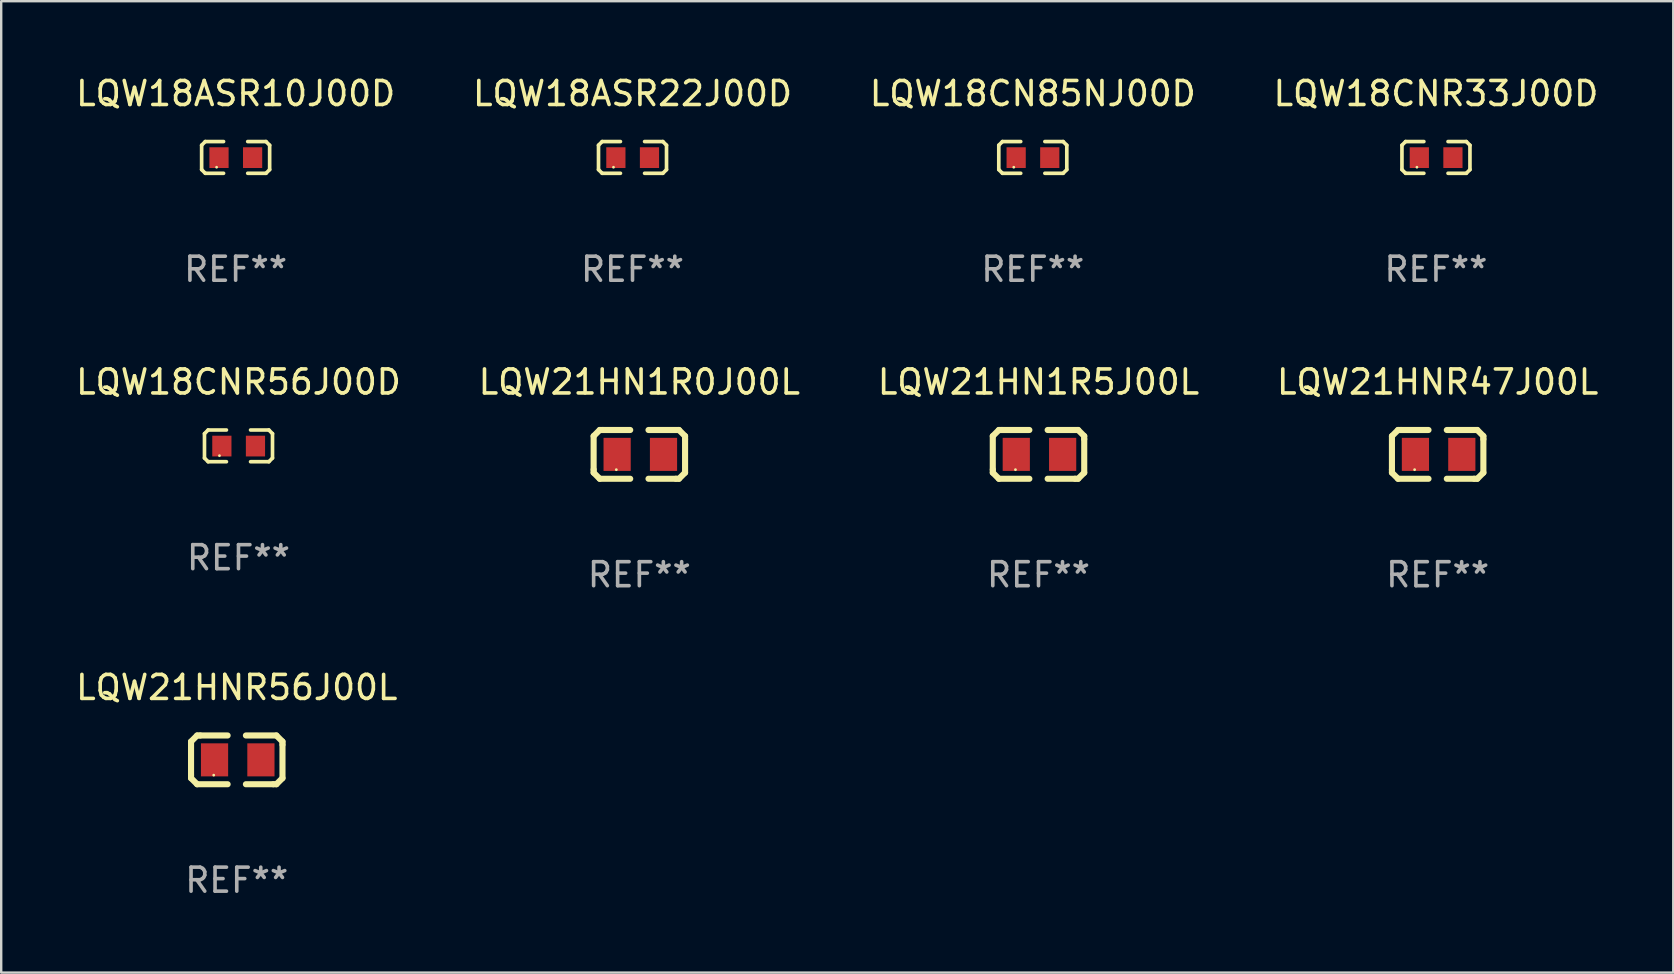
<source format=kicad_pcb>
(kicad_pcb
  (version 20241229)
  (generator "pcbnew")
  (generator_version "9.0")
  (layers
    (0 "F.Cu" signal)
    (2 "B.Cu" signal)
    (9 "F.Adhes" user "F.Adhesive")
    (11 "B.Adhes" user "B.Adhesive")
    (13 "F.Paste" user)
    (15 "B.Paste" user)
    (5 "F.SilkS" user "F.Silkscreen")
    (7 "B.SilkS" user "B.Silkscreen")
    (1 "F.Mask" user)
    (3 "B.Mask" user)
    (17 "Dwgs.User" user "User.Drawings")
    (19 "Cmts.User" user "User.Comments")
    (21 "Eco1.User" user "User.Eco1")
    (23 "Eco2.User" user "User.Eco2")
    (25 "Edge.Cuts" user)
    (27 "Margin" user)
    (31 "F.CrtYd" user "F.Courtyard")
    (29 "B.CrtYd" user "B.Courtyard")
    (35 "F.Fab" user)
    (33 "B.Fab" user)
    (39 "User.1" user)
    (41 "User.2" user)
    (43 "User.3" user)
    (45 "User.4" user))
  (footprint "LQW18CNR56J00D"
    (layer "F.Cu")
    (at 6.887 15.527)
    (property "Reference" "LQW18CNR56J00D" (at 0 -2.661 0) (layer "F.SilkS") (effects (font (size 1 1) (thickness 0.15))))
    (attr through_hole)
    (fp_line (start -1.417 -0.508) (end -1.265 -0.661) (stroke (width 0.152) (type solid)) (layer "F.SilkS"))
    (fp_line (start -1.417 0.508) (end -1.417 -0.508) (stroke (width 0.152) (type solid)) (layer "F.SilkS"))
    (fp_line (start -1.265 -0.661) (end -0.503 -0.661) (stroke (width 0.152) (type solid)) (layer "F.SilkS"))
    (fp_line (start -1.265 0.661) (end -1.417 0.508) (stroke (width 0.152) (type solid)) (layer "F.SilkS"))
    (fp_line (start -1.265 0.661) (end -0.503 0.661) (stroke (width 0.152) (type solid)) (layer "F.SilkS"))
    (fp_line (start 1.265 -0.661) (end 0.503 -0.661) (stroke (width 0.152) (type solid)) (layer "F.SilkS"))
    (fp_line (start 1.265 -0.661) (end 1.417 -0.508) (stroke (width 0.152) (type solid)) (layer "F.SilkS"))
    (fp_line (start 1.265 0.661) (end 0.503 0.661) (stroke (width 0.152) (type solid)) (layer "F.SilkS"))
    (fp_line (start 1.417 -0.508) (end 1.417 0.508) (stroke (width 0.152) (type solid)) (layer "F.SilkS"))
    (fp_line (start 1.417 0.508) (end 1.265 0.661) (stroke (width 0.152) (type solid)) (layer "F.SilkS"))
    (fp_circle (center -0.793 0.409) (end -0.763 0.409) (stroke (width 0.06) (type solid)) (fill no) (layer "F.SilkS"))
    (fp_text user "REF**" (at 0 4.661 0) (layer "F.Fab") (effects (font (size 1 1) (thickness 0.15))))
    (pad "1" smd rect (at -0.693 0.009 180) (size 0.8 0.864) (layers "F.Cu" "F.Mask" "F.Paste"))
    (pad "2" smd rect (at 0.707 0.009 180) (size 0.8 0.864) (layers "F.Cu" "F.Mask" "F.Paste")))
  (footprint "LQW18ASR22J00D"
    (layer "F.Cu")
    (at 23.304 3.509)
    (property "Reference" "LQW18ASR22J00D" (at 0 -2.661 0) (layer "F.SilkS") (effects (font (size 1 1) (thickness 0.15))))
    (attr through_hole)
    (fp_line (start -1.417 -0.508) (end -1.265 -0.661) (stroke (width 0.152) (type solid)) (layer "F.SilkS"))
    (fp_line (start -1.417 0.508) (end -1.417 -0.508) (stroke (width 0.152) (type solid)) (layer "F.SilkS"))
    (fp_line (start -1.265 -0.661) (end -0.503 -0.661) (stroke (width 0.152) (type solid)) (layer "F.SilkS"))
    (fp_line (start -1.265 0.661) (end -1.417 0.508) (stroke (width 0.152) (type solid)) (layer "F.SilkS"))
    (fp_line (start -1.265 0.661) (end -0.503 0.661) (stroke (width 0.152) (type solid)) (layer "F.SilkS"))
    (fp_line (start 1.265 -0.661) (end 0.503 -0.661) (stroke (width 0.152) (type solid)) (layer "F.SilkS"))
    (fp_line (start 1.265 -0.661) (end 1.417 -0.508) (stroke (width 0.152) (type solid)) (layer "F.SilkS"))
    (fp_line (start 1.265 0.661) (end 0.503 0.661) (stroke (width 0.152) (type solid)) (layer "F.SilkS"))
    (fp_line (start 1.417 -0.508) (end 1.417 0.508) (stroke (width 0.152) (type solid)) (layer "F.SilkS"))
    (fp_line (start 1.417 0.508) (end 1.265 0.661) (stroke (width 0.152) (type solid)) (layer "F.SilkS"))
    (fp_circle (center -0.793 0.409) (end -0.763 0.409) (stroke (width 0.06) (type solid)) (fill no) (layer "F.SilkS"))
    (fp_text user "REF**" (at 0 4.661 0) (layer "F.Fab") (effects (font (size 1 1) (thickness 0.15))))
    (pad "1" smd rect (at -0.693 0.009 180) (size 0.8 0.864) (layers "F.Cu" "F.Mask" "F.Paste"))
    (pad "2" smd rect (at 0.707 0.009 180) (size 0.8 0.864) (layers "F.Cu" "F.Mask" "F.Paste")))
  (footprint "LQW21HNR47J00L"
    (layer "F.Cu")
    (at 56.851 15.882)
    (property "Reference" "LQW21HNR47J00L" (at 0 -3.016 0) (layer "F.SilkS") (effects (font (size 1 1) (thickness 0.15))))
    (attr through_hole)
    (fp_line (start -1.905 -0.762) (end -1.905 0.635) (stroke (width 0.254) (type solid)) (layer "F.SilkS"))
    (fp_line (start -1.905 0.635) (end -1.905 0.762) (stroke (width 0.254) (type solid)) (layer "F.SilkS"))
    (fp_line (start -1.905 0.762) (end -1.651 1.016) (stroke (width 0.254) (type solid)) (layer "F.SilkS"))
    (fp_line (start -1.651 -1.016) (end -1.905 -0.762) (stroke (width 0.254) (type solid)) (layer "F.SilkS"))
    (fp_line (start -1.651 1.016) (end -0.381 1.016) (stroke (width 0.254) (type solid)) (layer "F.SilkS"))
    (fp_line (start -1.524 -1.016) (end -1.651 -1.016) (stroke (width 0.254) (type solid)) (layer "F.SilkS"))
    (fp_line (start -0.381 -1.016) (end -1.524 -1.016) (stroke (width 0.254) (type solid)) (layer "F.SilkS"))
    (fp_line (start 0.381 1.016) (end 1.524 1.016) (stroke (width 0.254) (type solid)) (layer "F.SilkS"))
    (fp_line (start 1.524 1.016) (end 1.651 1.016) (stroke (width 0.254) (type solid)) (layer "F.SilkS"))
    (fp_line (start 1.651 -1.016) (end 0.381 -1.016) (stroke (width 0.254) (type solid)) (layer "F.SilkS"))
    (fp_line (start 1.651 1.016) (end 1.905 0.762) (stroke (width 0.254) (type solid)) (layer "F.SilkS"))
    (fp_line (start 1.905 -0.762) (end 1.651 -1.016) (stroke (width 0.254) (type solid)) (layer "F.SilkS"))
    (fp_line (start 1.905 -0.635) (end 1.905 -0.762) (stroke (width 0.254) (type solid)) (layer "F.SilkS"))
    (fp_line (start 1.905 0.762) (end 1.905 -0.635) (stroke (width 0.254) (type solid)) (layer "F.SilkS"))
    (fp_circle (center -0.96 0.637) (end -0.93 0.637) (stroke (width 0.06) (type solid)) (fill no) (layer "F.SilkS"))
    (fp_text user "REF**" (at 0 5.016 0) (layer "F.Fab") (effects (font (size 1 1) (thickness 0.15))))
    (pad "1" smd rect (at -0.926 -0.000051) (size 1.133 1.377) (layers "F.Cu" "F.Mask" "F.Paste"))
    (pad "2" smd rect (at 1.006 -0.000051) (size 1.133 1.377) (layers "F.Cu" "F.Mask" "F.Paste")))
  (footprint "LQW18CNR33J00D"
    (layer "F.Cu")
    (at 56.78 3.509)
    (property "Reference" "LQW18CNR33J00D" (at 0 -2.661 0) (layer "F.SilkS") (effects (font (size 1 1) (thickness 0.15))))
    (attr through_hole)
    (fp_line (start -1.417 -0.508) (end -1.265 -0.661) (stroke (width 0.152) (type solid)) (layer "F.SilkS"))
    (fp_line (start -1.417 0.508) (end -1.417 -0.508) (stroke (width 0.152) (type solid)) (layer "F.SilkS"))
    (fp_line (start -1.265 -0.661) (end -0.503 -0.661) (stroke (width 0.152) (type solid)) (layer "F.SilkS"))
    (fp_line (start -1.265 0.661) (end -1.417 0.508) (stroke (width 0.152) (type solid)) (layer "F.SilkS"))
    (fp_line (start -1.265 0.661) (end -0.503 0.661) (stroke (width 0.152) (type solid)) (layer "F.SilkS"))
    (fp_line (start 1.265 -0.661) (end 0.503 -0.661) (stroke (width 0.152) (type solid)) (layer "F.SilkS"))
    (fp_line (start 1.265 -0.661) (end 1.417 -0.508) (stroke (width 0.152) (type solid)) (layer "F.SilkS"))
    (fp_line (start 1.265 0.661) (end 0.503 0.661) (stroke (width 0.152) (type solid)) (layer "F.SilkS"))
    (fp_line (start 1.417 -0.508) (end 1.417 0.508) (stroke (width 0.152) (type solid)) (layer "F.SilkS"))
    (fp_line (start 1.417 0.508) (end 1.265 0.661) (stroke (width 0.152) (type solid)) (layer "F.SilkS"))
    (fp_circle (center -0.793 0.409) (end -0.763 0.409) (stroke (width 0.06) (type solid)) (fill no) (layer "F.SilkS"))
    (fp_text user "REF**" (at 0 4.661 0) (layer "F.Fab") (effects (font (size 1 1) (thickness 0.15))))
    (pad "1" smd rect (at -0.693 0.009 180) (size 0.8 0.864) (layers "F.Cu" "F.Mask" "F.Paste"))
    (pad "2" smd rect (at 0.707 0.009 180) (size 0.8 0.864) (layers "F.Cu" "F.Mask" "F.Paste")))
  (footprint "LQW18ASR10J00D"
    (layer "F.Cu")
    (at 6.768 3.509)
    (property "Reference" "LQW18ASR10J00D" (at 0 -2.661 0) (layer "F.SilkS") (effects (font (size 1 1) (thickness 0.15))))
    (attr through_hole)
    (fp_line (start -1.417 -0.508) (end -1.265 -0.661) (stroke (width 0.152) (type solid)) (layer "F.SilkS"))
    (fp_line (start -1.417 0.508) (end -1.417 -0.508) (stroke (width 0.152) (type solid)) (layer "F.SilkS"))
    (fp_line (start -1.265 -0.661) (end -0.503 -0.661) (stroke (width 0.152) (type solid)) (layer "F.SilkS"))
    (fp_line (start -1.265 0.661) (end -1.417 0.508) (stroke (width 0.152) (type solid)) (layer "F.SilkS"))
    (fp_line (start -1.265 0.661) (end -0.503 0.661) (stroke (width 0.152) (type solid)) (layer "F.SilkS"))
    (fp_line (start 1.265 -0.661) (end 0.503 -0.661) (stroke (width 0.152) (type solid)) (layer "F.SilkS"))
    (fp_line (start 1.265 -0.661) (end 1.417 -0.508) (stroke (width 0.152) (type solid)) (layer "F.SilkS"))
    (fp_line (start 1.265 0.661) (end 0.503 0.661) (stroke (width 0.152) (type solid)) (layer "F.SilkS"))
    (fp_line (start 1.417 -0.508) (end 1.417 0.508) (stroke (width 0.152) (type solid)) (layer "F.SilkS"))
    (fp_line (start 1.417 0.508) (end 1.265 0.661) (stroke (width 0.152) (type solid)) (layer "F.SilkS"))
    (fp_circle (center -0.793 0.409) (end -0.763 0.409) (stroke (width 0.06) (type solid)) (fill no) (layer "F.SilkS"))
    (fp_text user "REF**" (at 0 4.661 0) (layer "F.Fab") (effects (font (size 1 1) (thickness 0.15))))
    (pad "1" smd rect (at -0.693 0.009 180) (size 0.8 0.864) (layers "F.Cu" "F.Mask" "F.Paste"))
    (pad "2" smd rect (at 0.707 0.009 180) (size 0.8 0.864) (layers "F.Cu" "F.Mask" "F.Paste")))
  (footprint "LQW21HN1R0J00L"
    (layer "F.Cu")
    (at 23.589 15.882)
    (property "Reference" "LQW21HN1R0J00L" (at 0 -3.016 0) (layer "F.SilkS") (effects (font (size 1 1) (thickness 0.15))))
    (attr through_hole)
    (fp_line (start -1.905 -0.762) (end -1.905 0.635) (stroke (width 0.254) (type solid)) (layer "F.SilkS"))
    (fp_line (start -1.905 0.635) (end -1.905 0.762) (stroke (width 0.254) (type solid)) (layer "F.SilkS"))
    (fp_line (start -1.905 0.762) (end -1.651 1.016) (stroke (width 0.254) (type solid)) (layer "F.SilkS"))
    (fp_line (start -1.651 -1.016) (end -1.905 -0.762) (stroke (width 0.254) (type solid)) (layer "F.SilkS"))
    (fp_line (start -1.651 1.016) (end -0.381 1.016) (stroke (width 0.254) (type solid)) (layer "F.SilkS"))
    (fp_line (start -1.524 -1.016) (end -1.651 -1.016) (stroke (width 0.254) (type solid)) (layer "F.SilkS"))
    (fp_line (start -0.381 -1.016) (end -1.524 -1.016) (stroke (width 0.254) (type solid)) (layer "F.SilkS"))
    (fp_line (start 0.381 1.016) (end 1.524 1.016) (stroke (width 0.254) (type solid)) (layer "F.SilkS"))
    (fp_line (start 1.524 1.016) (end 1.651 1.016) (stroke (width 0.254) (type solid)) (layer "F.SilkS"))
    (fp_line (start 1.651 -1.016) (end 0.381 -1.016) (stroke (width 0.254) (type solid)) (layer "F.SilkS"))
    (fp_line (start 1.651 1.016) (end 1.905 0.762) (stroke (width 0.254) (type solid)) (layer "F.SilkS"))
    (fp_line (start 1.905 -0.762) (end 1.651 -1.016) (stroke (width 0.254) (type solid)) (layer "F.SilkS"))
    (fp_line (start 1.905 -0.635) (end 1.905 -0.762) (stroke (width 0.254) (type solid)) (layer "F.SilkS"))
    (fp_line (start 1.905 0.762) (end 1.905 -0.635) (stroke (width 0.254) (type solid)) (layer "F.SilkS"))
    (fp_circle (center -0.96 0.637) (end -0.93 0.637) (stroke (width 0.06) (type solid)) (fill no) (layer "F.SilkS"))
    (fp_text user "REF**" (at 0 5.016 0) (layer "F.Fab") (effects (font (size 1 1) (thickness 0.15))))
    (pad "1" smd rect (at -0.926 -0.000051) (size 1.133 1.377) (layers "F.Cu" "F.Mask" "F.Paste"))
    (pad "2" smd rect (at 1.006 -0.000051) (size 1.133 1.377) (layers "F.Cu" "F.Mask" "F.Paste")))
  (footprint "LQW21HN1R5J00L"
    (layer "F.Cu")
    (at 40.22 15.882)
    (property "Reference" "LQW21HN1R5J00L" (at 0 -3.016 0) (layer "F.SilkS") (effects (font (size 1 1) (thickness 0.15))))
    (attr through_hole)
    (fp_line (start -1.905 -0.762) (end -1.905 0.635) (stroke (width 0.254) (type solid)) (layer "F.SilkS"))
    (fp_line (start -1.905 0.635) (end -1.905 0.762) (stroke (width 0.254) (type solid)) (layer "F.SilkS"))
    (fp_line (start -1.905 0.762) (end -1.651 1.016) (stroke (width 0.254) (type solid)) (layer "F.SilkS"))
    (fp_line (start -1.651 -1.016) (end -1.905 -0.762) (stroke (width 0.254) (type solid)) (layer "F.SilkS"))
    (fp_line (start -1.651 1.016) (end -0.381 1.016) (stroke (width 0.254) (type solid)) (layer "F.SilkS"))
    (fp_line (start -1.524 -1.016) (end -1.651 -1.016) (stroke (width 0.254) (type solid)) (layer "F.SilkS"))
    (fp_line (start -0.381 -1.016) (end -1.524 -1.016) (stroke (width 0.254) (type solid)) (layer "F.SilkS"))
    (fp_line (start 0.381 1.016) (end 1.524 1.016) (stroke (width 0.254) (type solid)) (layer "F.SilkS"))
    (fp_line (start 1.524 1.016) (end 1.651 1.016) (stroke (width 0.254) (type solid)) (layer "F.SilkS"))
    (fp_line (start 1.651 -1.016) (end 0.381 -1.016) (stroke (width 0.254) (type solid)) (layer "F.SilkS"))
    (fp_line (start 1.651 1.016) (end 1.905 0.762) (stroke (width 0.254) (type solid)) (layer "F.SilkS"))
    (fp_line (start 1.905 -0.762) (end 1.651 -1.016) (stroke (width 0.254) (type solid)) (layer "F.SilkS"))
    (fp_line (start 1.905 -0.635) (end 1.905 -0.762) (stroke (width 0.254) (type solid)) (layer "F.SilkS"))
    (fp_line (start 1.905 0.762) (end 1.905 -0.635) (stroke (width 0.254) (type solid)) (layer "F.SilkS"))
    (fp_circle (center -0.96 0.637) (end -0.93 0.637) (stroke (width 0.06) (type solid)) (fill no) (layer "F.SilkS"))
    (fp_text user "REF**" (at 0 5.016 0) (layer "F.Fab") (effects (font (size 1 1) (thickness 0.15))))
    (pad "1" smd rect (at -0.926 -0.000051) (size 1.133 1.377) (layers "F.Cu" "F.Mask" "F.Paste"))
    (pad "2" smd rect (at 1.006 -0.000051) (size 1.133 1.377) (layers "F.Cu" "F.Mask" "F.Paste")))
  (footprint "LQW21HNR56J00L"
    (layer "F.Cu")
    (at 6.815 28.61)
    (property "Reference" "LQW21HNR56J00L" (at 0 -3.016 0) (layer "F.SilkS") (effects (font (size 1 1) (thickness 0.15))))
    (attr through_hole)
    (fp_line (start -1.905 -0.762) (end -1.905 0.635) (stroke (width 0.254) (type solid)) (layer "F.SilkS"))
    (fp_line (start -1.905 0.635) (end -1.905 0.762) (stroke (width 0.254) (type solid)) (layer "F.SilkS"))
    (fp_line (start -1.905 0.762) (end -1.651 1.016) (stroke (width 0.254) (type solid)) (layer "F.SilkS"))
    (fp_line (start -1.651 -1.016) (end -1.905 -0.762) (stroke (width 0.254) (type solid)) (layer "F.SilkS"))
    (fp_line (start -1.651 1.016) (end -0.381 1.016) (stroke (width 0.254) (type solid)) (layer "F.SilkS"))
    (fp_line (start -1.524 -1.016) (end -1.651 -1.016) (stroke (width 0.254) (type solid)) (layer "F.SilkS"))
    (fp_line (start -0.381 -1.016) (end -1.524 -1.016) (stroke (width 0.254) (type solid)) (layer "F.SilkS"))
    (fp_line (start 0.381 1.016) (end 1.524 1.016) (stroke (width 0.254) (type solid)) (layer "F.SilkS"))
    (fp_line (start 1.524 1.016) (end 1.651 1.016) (stroke (width 0.254) (type solid)) (layer "F.SilkS"))
    (fp_line (start 1.651 -1.016) (end 0.381 -1.016) (stroke (width 0.254) (type solid)) (layer "F.SilkS"))
    (fp_line (start 1.651 1.016) (end 1.905 0.762) (stroke (width 0.254) (type solid)) (layer "F.SilkS"))
    (fp_line (start 1.905 -0.762) (end 1.651 -1.016) (stroke (width 0.254) (type solid)) (layer "F.SilkS"))
    (fp_line (start 1.905 -0.635) (end 1.905 -0.762) (stroke (width 0.254) (type solid)) (layer "F.SilkS"))
    (fp_line (start 1.905 0.762) (end 1.905 -0.635) (stroke (width 0.254) (type solid)) (layer "F.SilkS"))
    (fp_circle (center -0.96 0.637) (end -0.93 0.637) (stroke (width 0.06) (type solid)) (fill no) (layer "F.SilkS"))
    (fp_text user "REF**" (at 0 5.016 0) (layer "F.Fab") (effects (font (size 1 1) (thickness 0.15))))
    (pad "1" smd rect (at -0.926 -0.000051) (size 1.133 1.377) (layers "F.Cu" "F.Mask" "F.Paste"))
    (pad "2" smd rect (at 1.006 -0.000051) (size 1.133 1.377) (layers "F.Cu" "F.Mask" "F.Paste")))
  (footprint "LQW18CN85NJ00D"
    (layer "F.Cu")
    (at 39.982 3.509)
    (property "Reference" "LQW18CN85NJ00D" (at 0 -2.661 0) (layer "F.SilkS") (effects (font (size 1 1) (thickness 0.15))))
    (attr through_hole)
    (fp_line (start -1.417 -0.508) (end -1.265 -0.661) (stroke (width 0.152) (type solid)) (layer "F.SilkS"))
    (fp_line (start -1.417 0.508) (end -1.417 -0.508) (stroke (width 0.152) (type solid)) (layer "F.SilkS"))
    (fp_line (start -1.265 -0.661) (end -0.503 -0.661) (stroke (width 0.152) (type solid)) (layer "F.SilkS"))
    (fp_line (start -1.265 0.661) (end -1.417 0.508) (stroke (width 0.152) (type solid)) (layer "F.SilkS"))
    (fp_line (start -1.265 0.661) (end -0.503 0.661) (stroke (width 0.152) (type solid)) (layer "F.SilkS"))
    (fp_line (start 1.265 -0.661) (end 0.503 -0.661) (stroke (width 0.152) (type solid)) (layer "F.SilkS"))
    (fp_line (start 1.265 -0.661) (end 1.417 -0.508) (stroke (width 0.152) (type solid)) (layer "F.SilkS"))
    (fp_line (start 1.265 0.661) (end 0.503 0.661) (stroke (width 0.152) (type solid)) (layer "F.SilkS"))
    (fp_line (start 1.417 -0.508) (end 1.417 0.508) (stroke (width 0.152) (type solid)) (layer "F.SilkS"))
    (fp_line (start 1.417 0.508) (end 1.265 0.661) (stroke (width 0.152) (type solid)) (layer "F.SilkS"))
    (fp_circle (center -0.793 0.409) (end -0.763 0.409) (stroke (width 0.06) (type solid)) (fill no) (layer "F.SilkS"))
    (fp_text user "REF**" (at 0 4.661 0) (layer "F.Fab") (effects (font (size 1 1) (thickness 0.15))))
    (pad "1" smd rect (at -0.693 0.009 180) (size 0.8 0.864) (layers "F.Cu" "F.Mask" "F.Paste"))
    (pad "2" smd rect (at 0.707 0.009 180) (size 0.8 0.864) (layers "F.Cu" "F.Mask" "F.Paste")))
  (gr_rect
    (start -3 -3)
    (end 66.667 37.475)
    (stroke (width 0.1) (type default))
    (fill no)
    (layer "Edge.Cuts")))
</source>
